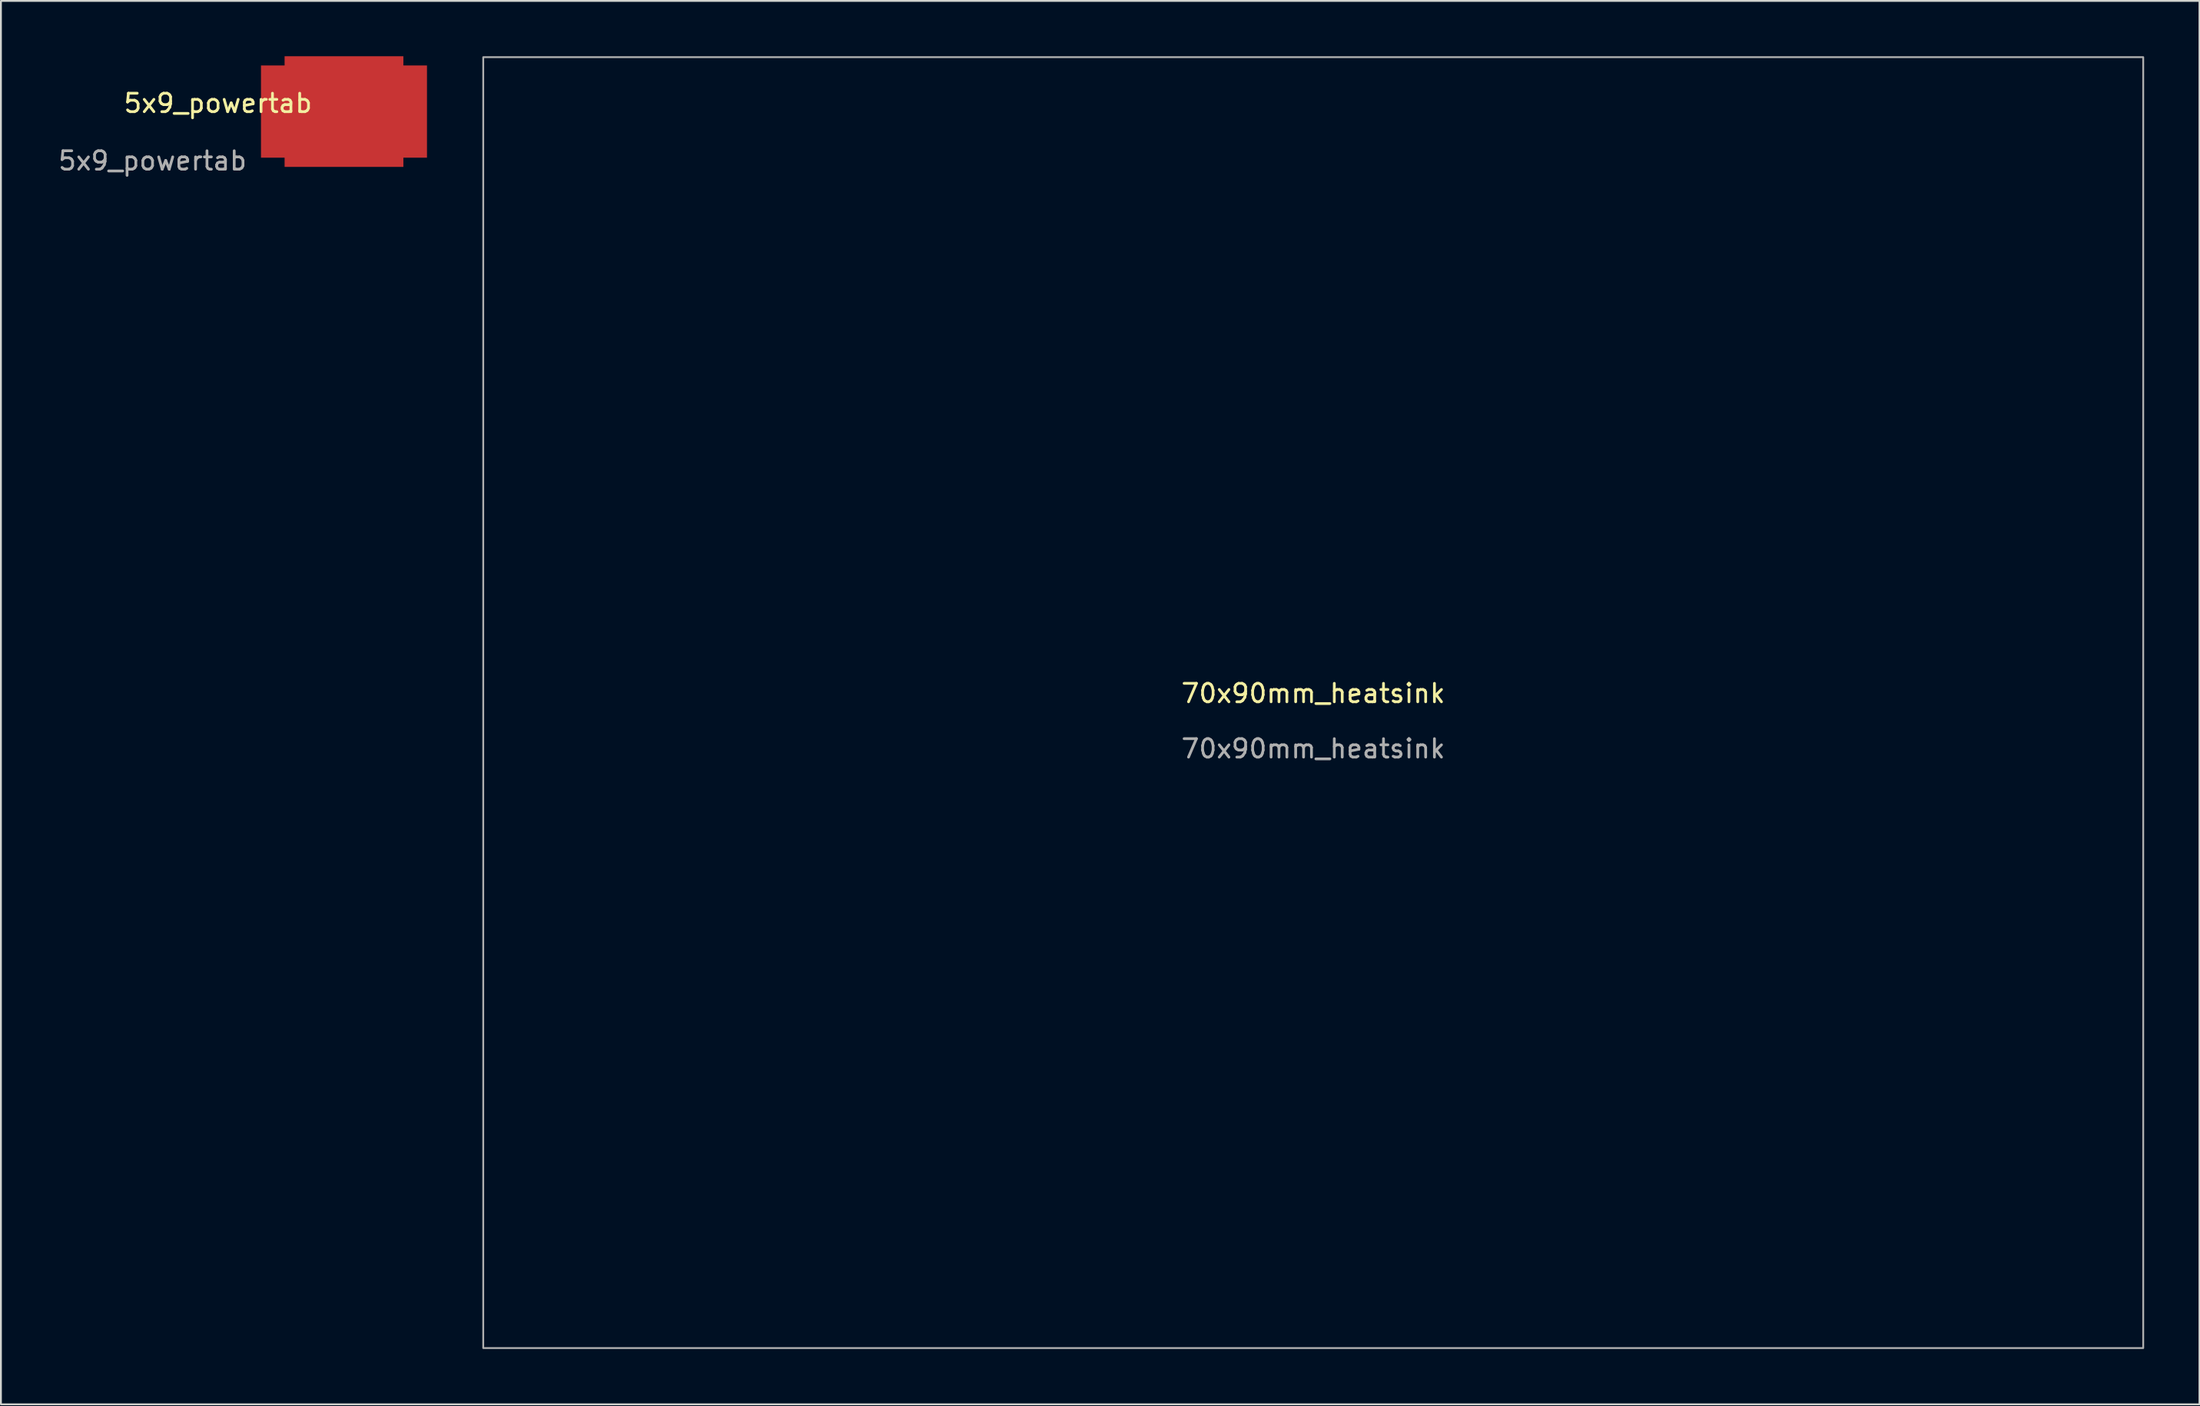
<source format=kicad_pcb>
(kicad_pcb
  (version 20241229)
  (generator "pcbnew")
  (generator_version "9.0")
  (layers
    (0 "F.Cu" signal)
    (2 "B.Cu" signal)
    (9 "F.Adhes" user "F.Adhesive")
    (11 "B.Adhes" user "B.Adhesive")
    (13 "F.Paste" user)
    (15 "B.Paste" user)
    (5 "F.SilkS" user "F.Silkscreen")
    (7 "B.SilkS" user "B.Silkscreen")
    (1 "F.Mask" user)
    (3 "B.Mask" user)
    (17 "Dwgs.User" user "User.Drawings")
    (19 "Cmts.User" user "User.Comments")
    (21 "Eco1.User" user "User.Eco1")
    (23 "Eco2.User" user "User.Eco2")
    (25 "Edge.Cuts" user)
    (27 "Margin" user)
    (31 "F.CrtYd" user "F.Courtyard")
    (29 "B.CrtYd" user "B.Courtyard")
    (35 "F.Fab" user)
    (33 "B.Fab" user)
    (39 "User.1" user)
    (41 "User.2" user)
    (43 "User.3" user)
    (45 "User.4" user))
  (footprint "70x90mm_heatsink"
    (layer "F.Cu")
    (at 68.15 35.05)
    (property "Reference" "70x90mm_heatsink" (at 0 -0.5 0) (unlocked yes) (layer "F.SilkS") (effects (font (size 1 1) (thickness 0.15))))
    (attr smd)
    (fp_rect (start -45 -35) (end 45 35) (stroke (width 0.1) (type default)) (fill no) (layer "F.Fab"))
    (fp_text user "${REFERENCE}" (at 0 2.5 0) (unlocked yes) (layer "F.Fab") (effects (font (size 1 1) (thickness 0.15)))))
  (footprint "5x9_powertab"
    (layer "F.Cu")
    (at 15.6 3)
    (property "Reference" "5x9_powertab" (at -6.83 -0.45 0) (unlocked yes) (layer "F.SilkS") (effects (font (size 1 1) (thickness 0.15))))
    (attr smd)
    (fp_text user "${REFERENCE}" (at -10.38 2.67 0) (unlocked yes) (layer "F.Fab") (effects (font (size 1 1) (thickness 0.15))))
    (pad "1" smd rect (at 0 0) (size 6.44 6) (layers "F.Cu"))
    (pad "1" smd rect (at 0 0) (size 9 5) (layers "F.Cu" "F.Mask" "F.Paste")))
  (gr_rect
    (start -3 -3)
    (end 116.2 73.1)
    (stroke (width 0.1) (type default))
    (fill no)
    (layer "Edge.Cuts")))
</source>
